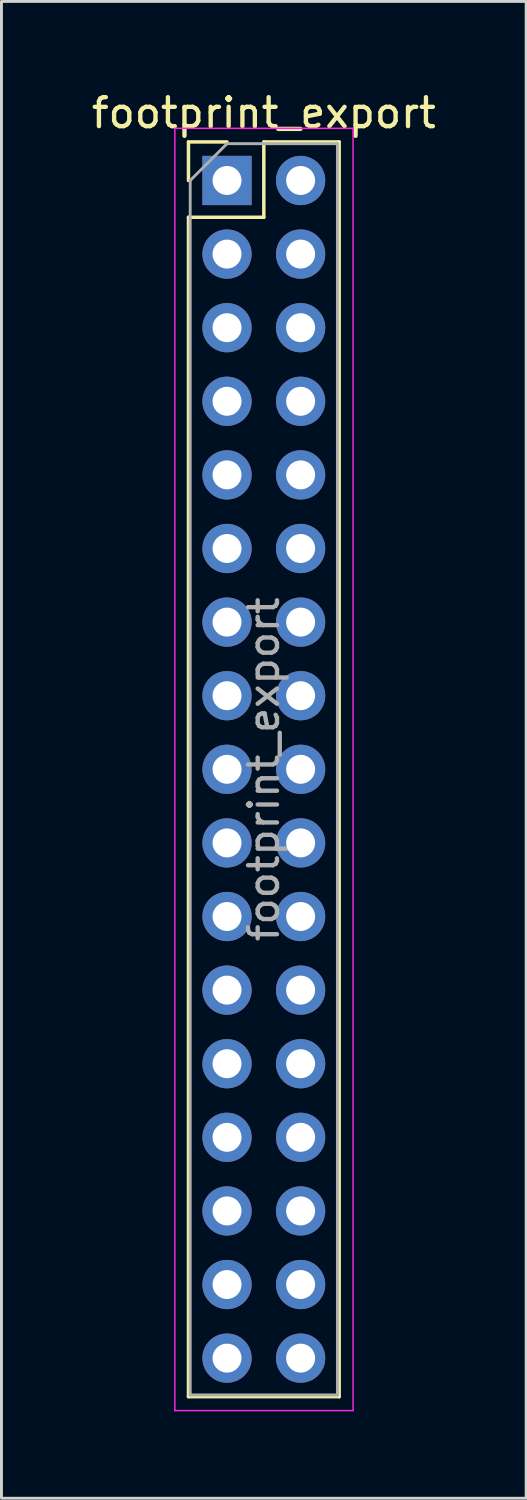
<source format=kicad_pcb>
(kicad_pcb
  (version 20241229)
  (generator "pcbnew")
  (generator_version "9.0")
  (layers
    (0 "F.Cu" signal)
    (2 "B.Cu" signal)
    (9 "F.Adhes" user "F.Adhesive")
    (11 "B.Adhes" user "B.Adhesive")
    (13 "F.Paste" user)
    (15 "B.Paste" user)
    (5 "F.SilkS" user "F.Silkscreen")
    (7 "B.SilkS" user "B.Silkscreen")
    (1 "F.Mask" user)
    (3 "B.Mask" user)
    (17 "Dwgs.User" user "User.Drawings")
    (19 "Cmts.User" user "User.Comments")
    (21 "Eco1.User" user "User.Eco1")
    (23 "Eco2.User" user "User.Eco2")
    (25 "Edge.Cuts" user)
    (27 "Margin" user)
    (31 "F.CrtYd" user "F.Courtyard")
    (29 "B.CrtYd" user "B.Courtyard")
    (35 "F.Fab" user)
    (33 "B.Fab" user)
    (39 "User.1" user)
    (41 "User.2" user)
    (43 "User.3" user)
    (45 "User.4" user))
  (footprint "footprint_export"
    (layer "F.Cu")
    (at 4.784 3.178)
    (property "Reference" "footprint_export" (at 1.27 -2.33 0) (layer "F.SilkS") (effects (font (size 1 1) (thickness 0.15))))
    (attr through_hole)
    (fp_line (start -1.33 -1.33) (end 0 -1.33) (stroke (width 0.12) (type solid)) (layer "F.SilkS"))
    (fp_line (start -1.33 0) (end -1.33 -1.33) (stroke (width 0.12) (type solid)) (layer "F.SilkS"))
    (fp_line (start -1.33 1.27) (end -1.33 41.97) (stroke (width 0.12) (type solid)) (layer "F.SilkS"))
    (fp_line (start -1.33 1.27) (end 1.27 1.27) (stroke (width 0.12) (type solid)) (layer "F.SilkS"))
    (fp_line (start -1.33 41.97) (end 3.87 41.97) (stroke (width 0.12) (type solid)) (layer "F.SilkS"))
    (fp_line (start 1.27 -1.33) (end 3.87 -1.33) (stroke (width 0.12) (type solid)) (layer "F.SilkS"))
    (fp_line (start 1.27 1.27) (end 1.27 -1.33) (stroke (width 0.12) (type solid)) (layer "F.SilkS"))
    (fp_line (start 3.87 -1.33) (end 3.87 41.97) (stroke (width 0.12) (type solid)) (layer "F.SilkS"))
    (fp_line (start -1.8 -1.8) (end -1.8 42.45) (stroke (width 0.05) (type solid)) (layer "F.CrtYd"))
    (fp_line (start -1.8 42.45) (end 4.35 42.45) (stroke (width 0.05) (type solid)) (layer "F.CrtYd"))
    (fp_line (start 4.35 -1.8) (end -1.8 -1.8) (stroke (width 0.05) (type solid)) (layer "F.CrtYd"))
    (fp_line (start 4.35 42.45) (end 4.35 -1.8) (stroke (width 0.05) (type solid)) (layer "F.CrtYd"))
    (fp_line (start -1.27 0) (end 0 -1.27) (stroke (width 0.1) (type solid)) (layer "F.Fab"))
    (fp_line (start -1.27 41.91) (end -1.27 0) (stroke (width 0.1) (type solid)) (layer "F.Fab"))
    (fp_line (start 0 -1.27) (end 3.81 -1.27) (stroke (width 0.1) (type solid)) (layer "F.Fab"))
    (fp_line (start 3.81 -1.27) (end 3.81 41.91) (stroke (width 0.1) (type solid)) (layer "F.Fab"))
    (fp_line (start 3.81 41.91) (end -1.27 41.91) (stroke (width 0.1) (type solid)) (layer "F.Fab"))
    (fp_text user "${REFERENCE}" (at 1.27 20.32 90) (layer "F.Fab") (effects (font (size 1 1) (thickness 0.15))))
    (pad "1" thru_hole rect (at 0 0) (size 1.7 1.7) (drill 1) (layers "*.Cu" "*.Mask"))
    (pad "2" thru_hole oval (at 2.54 0) (size 1.7 1.7) (drill 1) (layers "*.Cu" "*.Mask"))
    (pad "3" thru_hole oval (at 0 2.54) (size 1.7 1.7) (drill 1) (layers "*.Cu" "*.Mask"))
    (pad "4" thru_hole oval (at 2.54 2.54) (size 1.7 1.7) (drill 1) (layers "*.Cu" "*.Mask"))
    (pad "5" thru_hole oval (at 0 5.08) (size 1.7 1.7) (drill 1) (layers "*.Cu" "*.Mask"))
    (pad "6" thru_hole oval (at 2.54 5.08) (size 1.7 1.7) (drill 1) (layers "*.Cu" "*.Mask"))
    (pad "7" thru_hole oval (at 0 7.62) (size 1.7 1.7) (drill 1) (layers "*.Cu" "*.Mask"))
    (pad "8" thru_hole oval (at 2.54 7.62) (size 1.7 1.7) (drill 1) (layers "*.Cu" "*.Mask"))
    (pad "9" thru_hole oval (at 0 10.16) (size 1.7 1.7) (drill 1) (layers "*.Cu" "*.Mask"))
    (pad "10" thru_hole oval (at 2.54 10.16) (size 1.7 1.7) (drill 1) (layers "*.Cu" "*.Mask"))
    (pad "11" thru_hole oval (at 0 12.7) (size 1.7 1.7) (drill 1) (layers "*.Cu" "*.Mask"))
    (pad "12" thru_hole oval (at 2.54 12.7) (size 1.7 1.7) (drill 1) (layers "*.Cu" "*.Mask"))
    (pad "13" thru_hole oval (at 0 15.24) (size 1.7 1.7) (drill 1) (layers "*.Cu" "*.Mask"))
    (pad "14" thru_hole oval (at 2.54 15.24) (size 1.7 1.7) (drill 1) (layers "*.Cu" "*.Mask"))
    (pad "15" thru_hole oval (at 0 17.78) (size 1.7 1.7) (drill 1) (layers "*.Cu" "*.Mask"))
    (pad "16" thru_hole oval (at 2.54 17.78) (size 1.7 1.7) (drill 1) (layers "*.Cu" "*.Mask"))
    (pad "17" thru_hole oval (at 0 20.32) (size 1.7 1.7) (drill 1) (layers "*.Cu" "*.Mask"))
    (pad "18" thru_hole oval (at 2.54 20.32) (size 1.7 1.7) (drill 1) (layers "*.Cu" "*.Mask"))
    (pad "19" thru_hole oval (at 0 22.86) (size 1.7 1.7) (drill 1) (layers "*.Cu" "*.Mask"))
    (pad "20" thru_hole oval (at 2.54 22.86) (size 1.7 1.7) (drill 1) (layers "*.Cu" "*.Mask"))
    (pad "21" thru_hole oval (at 0 25.4) (size 1.7 1.7) (drill 1) (layers "*.Cu" "*.Mask"))
    (pad "22" thru_hole oval (at 2.54 25.4) (size 1.7 1.7) (drill 1) (layers "*.Cu" "*.Mask"))
    (pad "23" thru_hole oval (at 0 27.94) (size 1.7 1.7) (drill 1) (layers "*.Cu" "*.Mask"))
    (pad "24" thru_hole oval (at 2.54 27.94) (size 1.7 1.7) (drill 1) (layers "*.Cu" "*.Mask"))
    (pad "25" thru_hole oval (at 0 30.48) (size 1.7 1.7) (drill 1) (layers "*.Cu" "*.Mask"))
    (pad "26" thru_hole oval (at 2.54 30.48) (size 1.7 1.7) (drill 1) (layers "*.Cu" "*.Mask"))
    (pad "27" thru_hole oval (at 0 33.02) (size 1.7 1.7) (drill 1) (layers "*.Cu" "*.Mask"))
    (pad "28" thru_hole oval (at 2.54 33.02) (size 1.7 1.7) (drill 1) (layers "*.Cu" "*.Mask"))
    (pad "29" thru_hole oval (at 0 35.56) (size 1.7 1.7) (drill 1) (layers "*.Cu" "*.Mask"))
    (pad "30" thru_hole oval (at 2.54 35.56) (size 1.7 1.7) (drill 1) (layers "*.Cu" "*.Mask"))
    (pad "31" thru_hole oval (at 0 38.1) (size 1.7 1.7) (drill 1) (layers "*.Cu" "*.Mask"))
    (pad "32" thru_hole oval (at 2.54 38.1) (size 1.7 1.7) (drill 1) (layers "*.Cu" "*.Mask"))
    (pad "33" thru_hole oval (at 0 40.64) (size 1.7 1.7) (drill 1) (layers "*.Cu" "*.Mask"))
    (pad "34" thru_hole oval (at 2.54 40.64) (size 1.7 1.7) (drill 1) (layers "*.Cu" "*.Mask")))
  (gr_rect
    (start -3 -3)
    (end 15.107 48.653)
    (stroke (width 0.1) (type default))
    (fill no)
    (layer "Edge.Cuts")))
</source>
